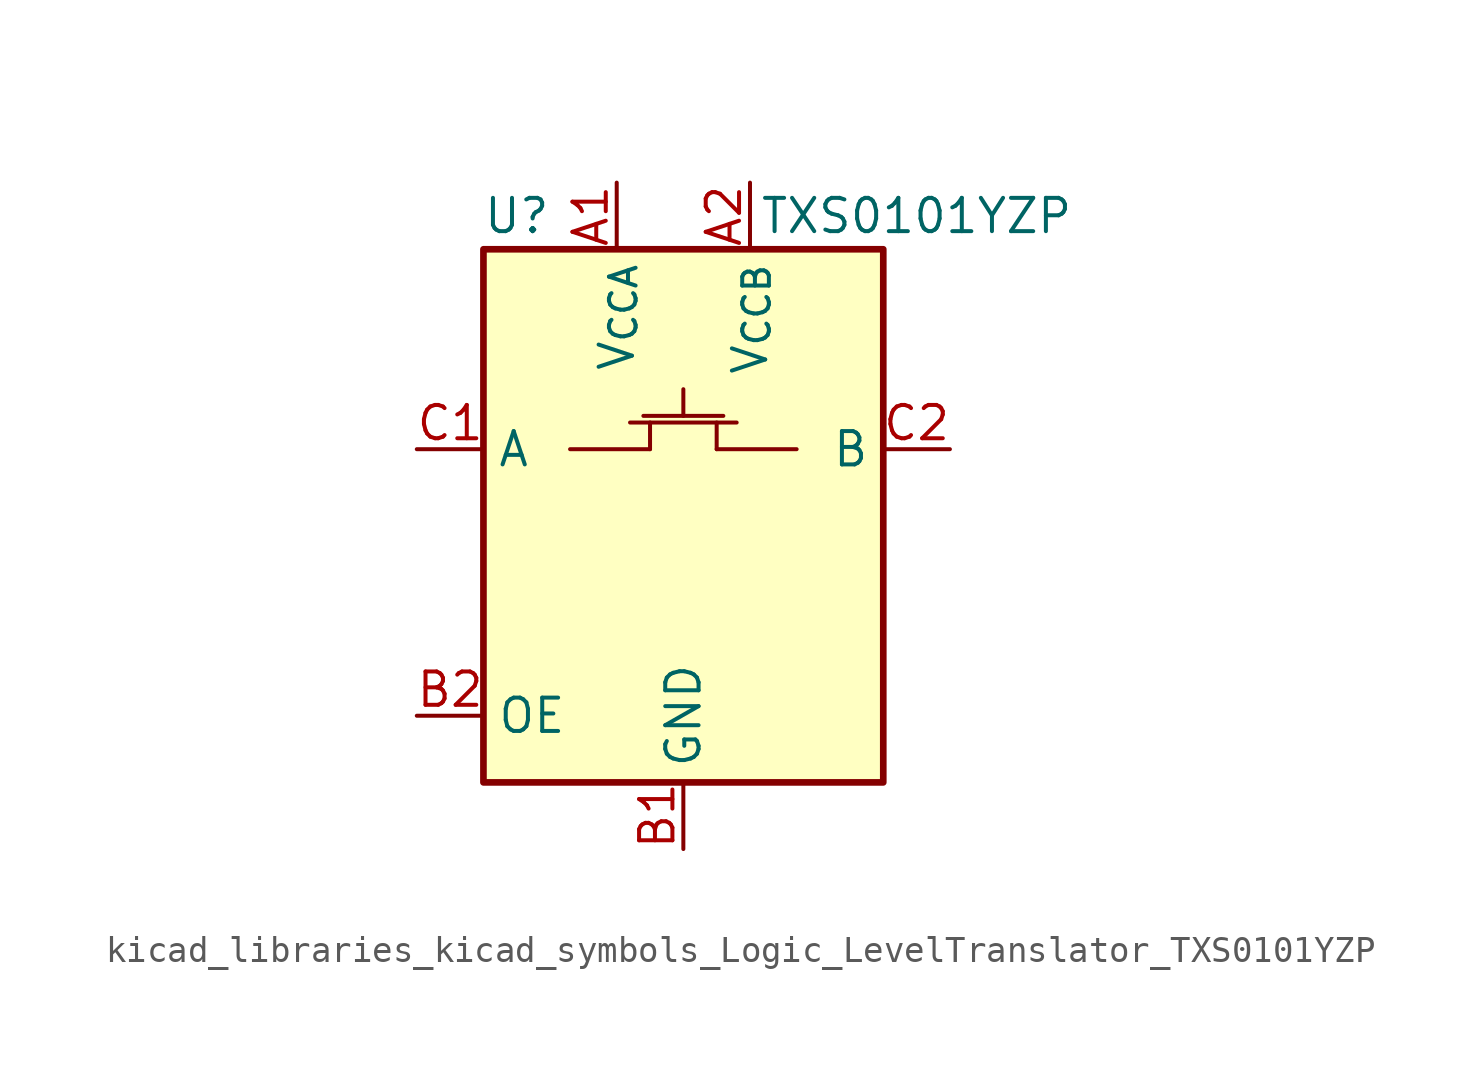
<source format=kicad_sym>
(kicad_symbol_lib
  (version 20220914)
  (generator kicad_symbol_editor)
  (symbol "kicad_libraries_kicad_symbols_Logic_LevelTranslator_TXS0101YZP"
    (property "Reference" "U"
      (at -6.35 11.43 0)
      (effects (font (size 1.27 1.27))))
    (property "Value" "TXS0101YZP"
      (at 8.89 11.43 0)
      (effects (font (size 1.27 1.27))))
    (symbol "kicad_libraries_kicad_symbols_Logic_LevelTranslator_TXS0101YZP_0_1"
      (rectangle (start -7.62 10.16) (end 7.62 -10.16) (stroke (width 0.254) (type default)) (fill (type background))))
    (symbol "kicad_libraries_kicad_symbols_Logic_LevelTranslator_TXS0101YZP_1_1"
      (polyline (pts (xy -4.318 2.54) (xy -1.27 2.54)) (stroke (width 0) (type default)) (fill (type none)))
      (polyline (pts (xy -2.032 3.556) (xy 2.032 3.556)) (stroke (width 0) (type default)) (fill (type none)))
      (polyline (pts (xy -1.524 3.81) (xy 1.524 3.81)) (stroke (width 0) (type default)) (fill (type none)))
      (polyline (pts (xy -1.27 2.54) (xy -1.27 3.556)) (stroke (width 0) (type default)) (fill (type none)))
      (polyline (pts (xy 0 3.81) (xy 0 4.826)) (stroke (width 0) (type default)) (fill (type none)))
      (polyline (pts (xy 1.27 2.54) (xy 1.27 3.556)) (stroke (width 0) (type default)) (fill (type none)))
      (polyline (pts (xy 4.318 2.54) (xy 1.27 2.54)) (stroke (width 0) (type default)) (fill (type none)))
      (pin power_in line (at -2.54 12.7 270) (length 2.54) (name "V_{CCA}" (effects (font (size 1.27 1.27)))) (number "A1" (effects (font (size 1.27 1.27)))))
      (pin power_in line (at 2.54 12.7 270) (length 2.54) (name "V_{CCB}" (effects (font (size 1.27 1.27)))) (number "A2" (effects (font (size 1.27 1.27)))))
      (pin power_in line (at 0 -12.7 90) (length 2.54) (name "GND" (effects (font (size 1.27 1.27)))) (number "B1" (effects (font (size 1.27 1.27)))))
      (pin input line (at -10.16 -7.62 0) (length 2.54) (name "OE" (effects (font (size 1.27 1.27)))) (number "B2" (effects (font (size 1.27 1.27)))))
      (pin bidirectional line (at -10.16 2.54 0) (length 2.54) (name "A" (effects (font (size 1.27 1.27)))) (number "C1" (effects (font (size 1.27 1.27)))))
      (pin bidirectional line (at 10.16 2.54 180) (length 2.54) (name "B" (effects (font (size 1.27 1.27)))) (number "C2" (effects (font (size 1.27 1.27))))))))
</source>
